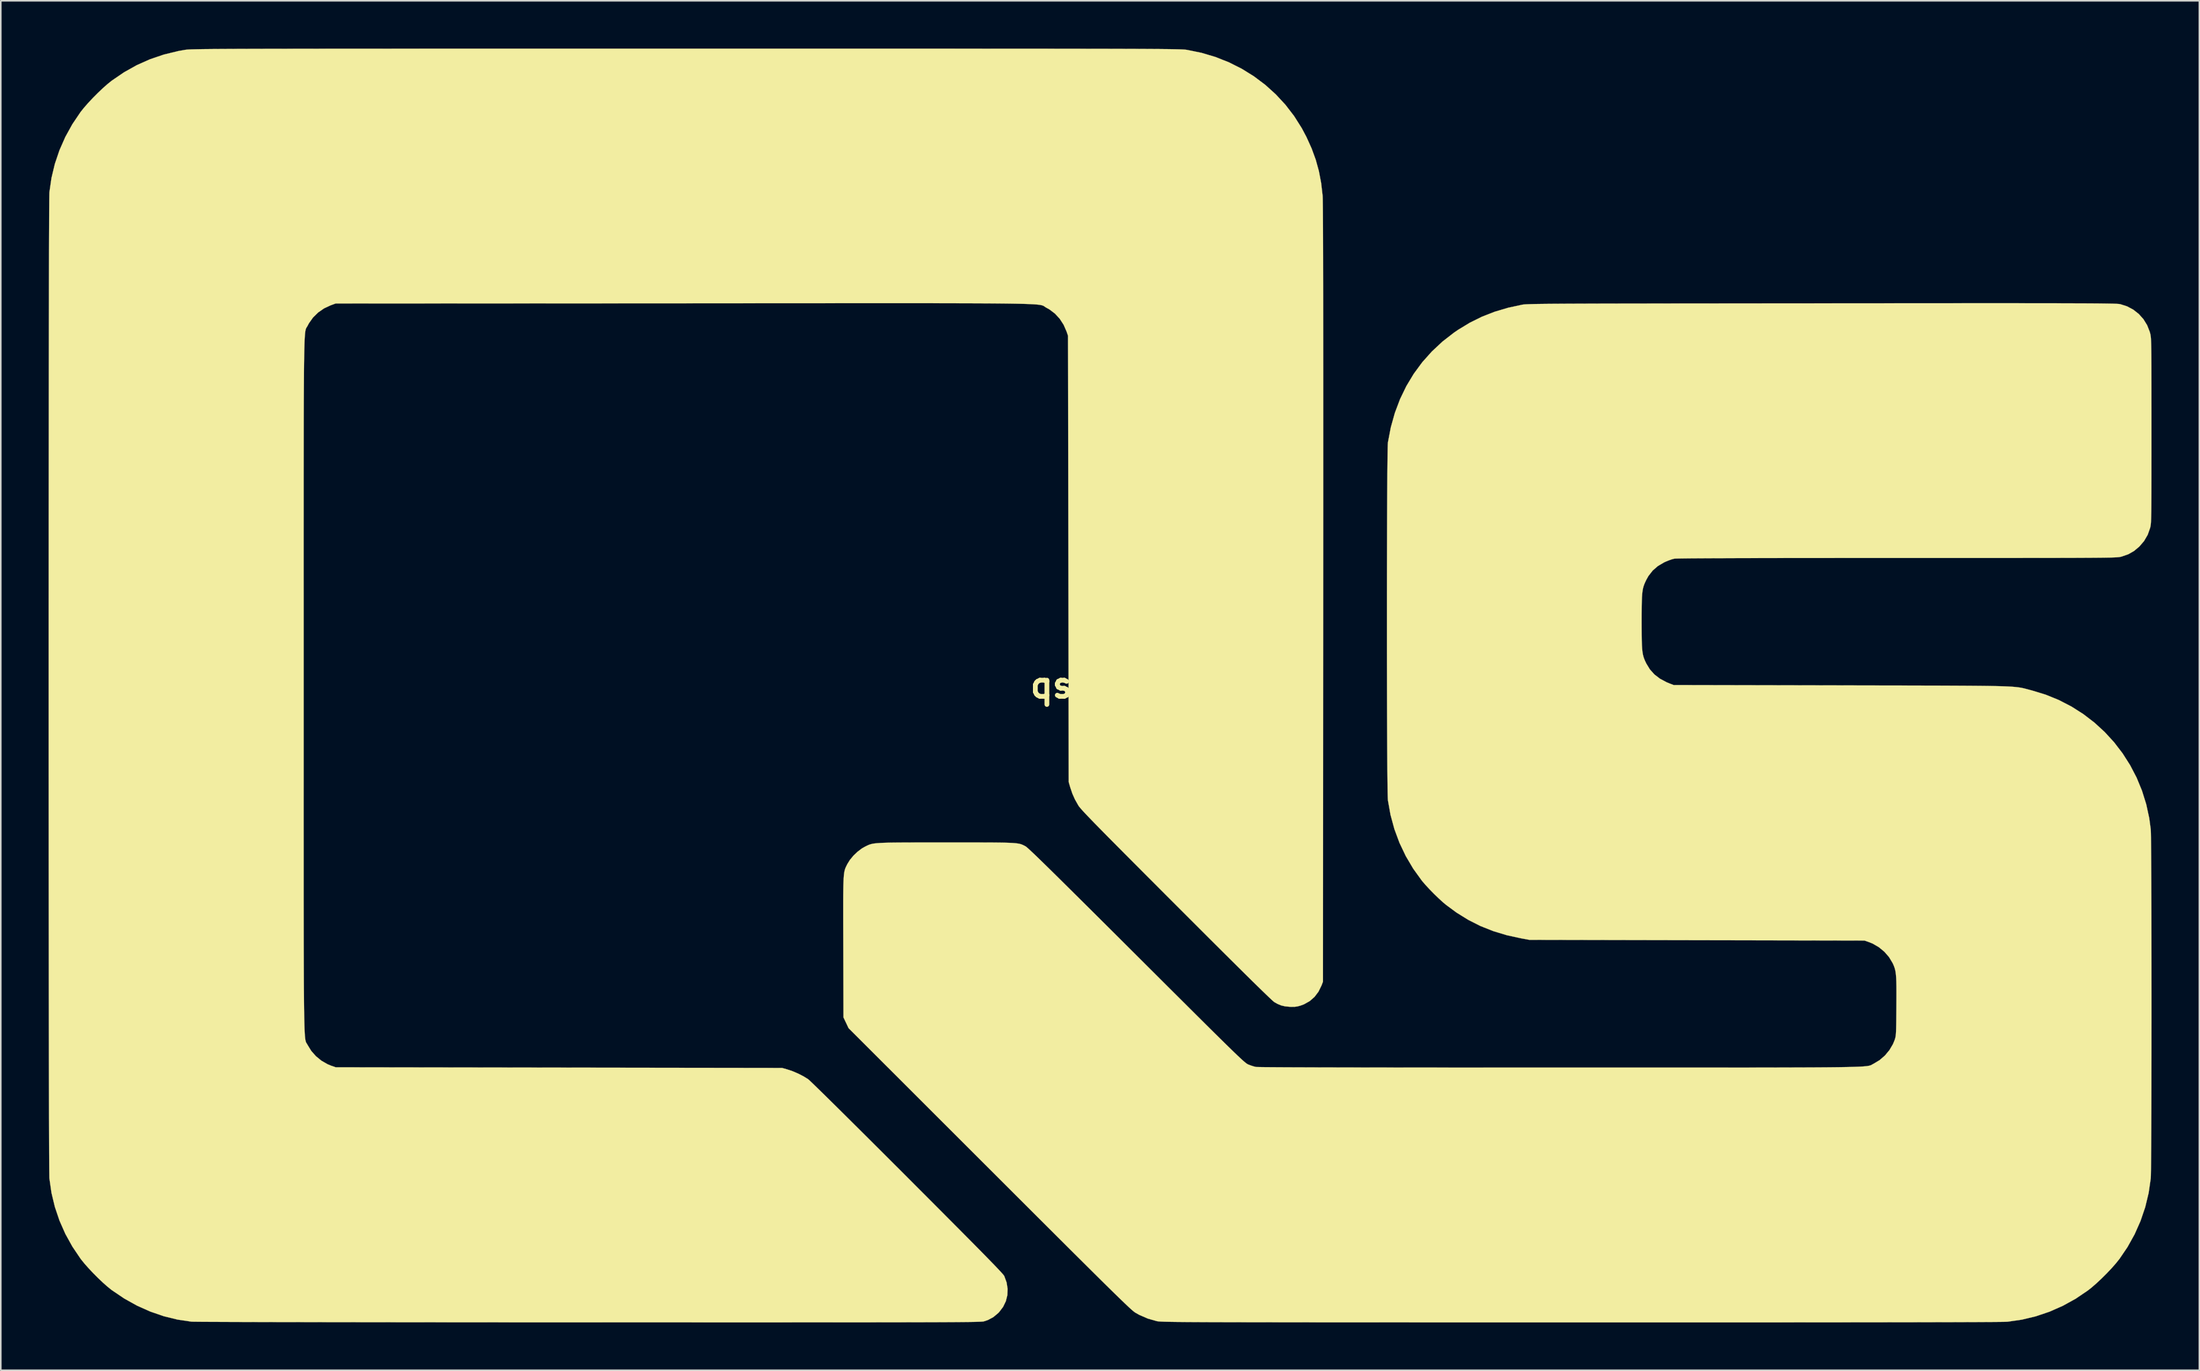
<source format=kicad_pcb>
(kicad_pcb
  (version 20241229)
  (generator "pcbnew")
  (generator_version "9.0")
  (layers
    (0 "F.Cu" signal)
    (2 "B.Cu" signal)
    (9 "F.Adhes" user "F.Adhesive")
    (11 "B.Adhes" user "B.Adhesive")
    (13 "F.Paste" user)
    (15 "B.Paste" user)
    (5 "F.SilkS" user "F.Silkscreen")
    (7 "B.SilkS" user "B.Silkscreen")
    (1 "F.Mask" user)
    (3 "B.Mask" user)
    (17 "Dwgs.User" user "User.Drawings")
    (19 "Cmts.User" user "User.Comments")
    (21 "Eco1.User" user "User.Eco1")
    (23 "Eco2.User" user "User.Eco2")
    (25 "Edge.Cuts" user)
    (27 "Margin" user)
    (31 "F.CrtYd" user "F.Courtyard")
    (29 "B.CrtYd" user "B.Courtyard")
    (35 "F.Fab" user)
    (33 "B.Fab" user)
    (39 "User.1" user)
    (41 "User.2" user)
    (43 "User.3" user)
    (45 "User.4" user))
  (footprint "qs_logo"
    (layer "F.Cu")
    (at 66.005 39.989)
    (property "Reference" "qs_logo" (at 0 0 0) (layer "F.SilkS") (effects (font (size 1.524 1.524) (thickness 0.3))))
    (attr through_hole)
    (fp_poly (pts (xy -24.05 -39.984) (xy -22.189 -39.984) (xy -20.41 -39.984) (xy -18.71 -39.984) (xy -17.087 -39.984) (xy -15.54 -39.984) (xy -14.066 -39.983) (xy -12.664 -39.983) (xy -11.333 -39.983) (xy -10.069 -39.983) (xy -8.872 -39.982) (xy -7.739 -39.982) (xy -6.669 -39.981) (xy -5.659 -39.981) (xy -4.709 -39.98) (xy -3.816 -39.98) (xy -2.978 -39.979) (xy -2.194 -39.978) (xy -1.461 -39.977) (xy -0.778 -39.976) (xy -0.144 -39.975) (xy 0.445 -39.974) (xy 0.989 -39.972) (xy 1.491 -39.971) (xy 1.952 -39.969) (xy 2.374 -39.968) (xy 2.76 -39.966) (xy 3.11 -39.964) (xy 3.427 -39.962) (xy 3.712 -39.96) (xy 3.968 -39.957) (xy 4.195 -39.955) (xy 4.397 -39.952) (xy 4.575 -39.949) (xy 4.73 -39.946) (xy 4.865 -39.943) (xy 4.981 -39.94) (xy 5.08 -39.936) (xy 5.165 -39.933) (xy 5.236 -39.929) (xy 5.296 -39.925) (xy 5.346 -39.921) (xy 5.388 -39.916) (xy 5.425 -39.911) (xy 5.458 -39.907) (xy 5.461 -39.906) (xy 6.371 -39.72) (xy 7.25 -39.458) (xy 8.092 -39.123) (xy 8.896 -38.719) (xy 9.655 -38.247) (xy 10.368 -37.712) (xy 11.028 -37.115) (xy 11.634 -36.461) (xy 12.18 -35.751) (xy 12.662 -34.988) (xy 12.953 -34.438) (xy 13.28 -33.715) (xy 13.538 -33.007) (xy 13.735 -32.293) (xy 13.876 -31.551) (xy 13.968 -30.759) (xy 13.971 -30.721) (xy 13.974 -30.643) (xy 13.978 -30.499) (xy 13.981 -30.288) (xy 13.984 -30.009) (xy 13.987 -29.662) (xy 13.989 -29.246) (xy 13.992 -28.76) (xy 13.994 -28.203) (xy 13.996 -27.575) (xy 13.998 -26.875) (xy 13.999 -26.102) (xy 14.001 -25.255) (xy 14.002 -24.334) (xy 14.003 -23.338) (xy 14.004 -22.266) (xy 14.005 -21.117) (xy 14.006 -19.891) (xy 14.006 -18.587) (xy 14.006 -17.204) (xy 14.006 -15.741) (xy 14.006 -14.198) (xy 14.006 -12.574) (xy 14.006 -10.868) (xy 14.005 -9.079) (xy 14.004 -7.207) (xy 14.003 -5.779) (xy 13.991 18.605) (xy 13.9 18.845) (xy 13.71 19.233) (xy 13.462 19.561) (xy 13.159 19.826) (xy 12.802 20.026) (xy 12.561 20.115) (xy 12.375 20.163) (xy 12.201 20.186) (xy 11.999 20.187) (xy 11.903 20.183) (xy 11.614 20.155) (xy 11.373 20.099) (xy 11.145 20.005) (xy 10.945 19.894) (xy 10.889 19.85) (xy 10.785 19.758) (xy 10.633 19.615) (xy 10.431 19.422) (xy 10.178 19.178) (xy 9.874 18.881) (xy 9.517 18.531) (xy 9.108 18.127) (xy 8.645 17.668) (xy 8.127 17.154) (xy 7.554 16.584) (xy 6.925 15.957) (xy 6.238 15.271) (xy 5.494 14.527) (xy 4.771 13.804) (xy 4.056 13.088) (xy 3.399 12.429) (xy 2.796 11.825) (xy 2.247 11.274) (xy 1.747 10.772) (xy 1.296 10.318) (xy 0.89 9.909) (xy 0.526 9.542) (xy 0.204 9.215) (xy -0.08 8.926) (xy -0.329 8.672) (xy -0.544 8.45) (xy -0.728 8.259) (xy -0.884 8.095) (xy -1.014 7.956) (xy -1.12 7.84) (xy -1.204 7.745) (xy -1.27 7.667) (xy -1.32 7.604) (xy -1.355 7.554) (xy -1.367 7.535) (xy -1.577 7.163) (xy -1.738 6.803) (xy -1.87 6.412) (xy -1.873 6.403) (xy -1.968 6.075) (xy -1.99 -7.938) (xy -2.011 -21.95) (xy -2.105 -22.225) (xy -2.289 -22.646) (xy -2.534 -23.023) (xy -2.833 -23.347) (xy -3.176 -23.607) (xy -3.35 -23.704) (xy -3.391 -23.727) (xy -3.426 -23.748) (xy -3.455 -23.768) (xy -3.481 -23.787) (xy -3.507 -23.805) (xy -3.535 -23.822) (xy -3.566 -23.838) (xy -3.603 -23.853) (xy -3.647 -23.867) (xy -3.703 -23.88) (xy -3.77 -23.893) (xy -3.852 -23.904) (xy -3.951 -23.915) (xy -4.068 -23.925) (xy -4.206 -23.934) (xy -4.368 -23.942) (xy -4.555 -23.95) (xy -4.769 -23.957) (xy -5.013 -23.963) (xy -5.289 -23.969) (xy -5.599 -23.974) (xy -5.945 -23.979) (xy -6.329 -23.983) (xy -6.754 -23.987) (xy -7.221 -23.99) (xy -7.733 -23.992) (xy -8.292 -23.995) (xy -8.9 -23.996) (xy -9.559 -23.998) (xy -10.272 -23.999) (xy -11.04 -24) (xy -11.866 -24) (xy -12.752 -24) (xy -13.7 -24) (xy -14.712 -24) (xy -15.79 -24) (xy -16.937 -23.999) (xy -18.155 -23.998) (xy -19.446 -23.998) (xy -20.812 -23.997) (xy -22.255 -23.996) (xy -23.777 -23.995) (xy -25.381 -23.994) (xy -26.141 -23.993) (xy -47.985 -23.982) (xy -48.301 -23.866) (xy -48.714 -23.674) (xy -49.085 -23.416) (xy -49.405 -23.102) (xy -49.661 -22.742) (xy -49.738 -22.598) (xy -49.757 -22.562) (xy -49.775 -22.532) (xy -49.792 -22.505) (xy -49.808 -22.48) (xy -49.824 -22.454) (xy -49.838 -22.426) (xy -49.852 -22.392) (xy -49.865 -22.351) (xy -49.877 -22.301) (xy -49.888 -22.24) (xy -49.898 -22.164) (xy -49.908 -22.073) (xy -49.917 -21.964) (xy -49.926 -21.834) (xy -49.934 -21.683) (xy -49.941 -21.506) (xy -49.947 -21.303) (xy -49.954 -21.071) (xy -49.959 -20.809) (xy -49.964 -20.512) (xy -49.969 -20.181) (xy -49.973 -19.812) (xy -49.976 -19.403) (xy -49.979 -18.952) (xy -49.982 -18.458) (xy -49.985 -17.917) (xy -49.987 -17.328) (xy -49.989 -16.688) (xy -49.99 -15.995) (xy -49.991 -15.248) (xy -49.992 -14.443) (xy -49.993 -13.58) (xy -49.994 -12.654) (xy -49.994 -11.666) (xy -49.994 -10.611) (xy -49.995 -9.489) (xy -49.995 -8.297) (xy -49.995 -7.032) (xy -49.994 -5.693) (xy -49.994 -4.277) (xy -49.994 -2.783) (xy -49.994 -1.208) (xy -49.994 0) (xy -49.994 1.636) (xy -49.994 3.189) (xy -49.994 4.662) (xy -49.994 6.057) (xy -49.995 7.376) (xy -49.995 8.621) (xy -49.994 9.794) (xy -49.994 10.898) (xy -49.994 11.934) (xy -49.994 12.906) (xy -49.993 13.814) (xy -49.992 14.662) (xy -49.991 15.451) (xy -49.99 16.183) (xy -49.988 16.861) (xy -49.986 17.487) (xy -49.984 18.063) (xy -49.982 18.591) (xy -49.979 19.074) (xy -49.975 19.513) (xy -49.972 19.911) (xy -49.968 20.269) (xy -49.963 20.591) (xy -49.958 20.878) (xy -49.952 21.132) (xy -49.946 21.356) (xy -49.94 21.551) (xy -49.932 21.72) (xy -49.925 21.866) (xy -49.916 21.989) (xy -49.907 22.093) (xy -49.897 22.18) (xy -49.887 22.251) (xy -49.875 22.309) (xy -49.863 22.356) (xy -49.851 22.394) (xy -49.837 22.426) (xy -49.823 22.453) (xy -49.807 22.478) (xy -49.791 22.503) (xy -49.774 22.53) (xy -49.756 22.561) (xy -49.744 22.585) (xy -49.517 22.954) (xy -49.223 23.287) (xy -48.878 23.57) (xy -48.495 23.79) (xy -48.281 23.878) (xy -47.985 23.982) (xy -33.972 24.003) (xy -19.96 24.024) (xy -19.631 24.118) (xy -19.296 24.231) (xy -18.947 24.381) (xy -18.616 24.551) (xy -18.334 24.726) (xy -18.316 24.74) (xy -18.26 24.788) (xy -18.148 24.894) (xy -17.982 25.053) (xy -17.765 25.264) (xy -17.5 25.523) (xy -17.19 25.827) (xy -16.839 26.173) (xy -16.449 26.558) (xy -16.023 26.98) (xy -15.565 27.435) (xy -15.076 27.921) (xy -14.561 28.433) (xy -14.022 28.971) (xy -13.463 29.529) (xy -12.885 30.107) (xy -12.292 30.699) (xy -12.081 30.911) (xy -11.349 31.645) (xy -10.674 32.321) (xy -10.055 32.942) (xy -9.49 33.51) (xy -8.976 34.026) (xy -8.512 34.494) (xy -8.095 34.915) (xy -7.723 35.291) (xy -7.394 35.625) (xy -7.107 35.918) (xy -6.858 36.174) (xy -6.645 36.393) (xy -6.468 36.579) (xy -6.323 36.733) (xy -6.208 36.857) (xy -6.121 36.954) (xy -6.061 37.026) (xy -6.025 37.075) (xy -6.013 37.095) (xy -5.868 37.495) (xy -5.805 37.896) (xy -5.821 38.291) (xy -5.915 38.67) (xy -6.087 39.027) (xy -6.335 39.353) (xy -6.392 39.413) (xy -6.7 39.67) (xy -7.039 39.852) (xy -7.304 39.94) (xy -7.328 39.945) (xy -7.364 39.949) (xy -7.415 39.953) (xy -7.483 39.957) (xy -7.569 39.961) (xy -7.676 39.964) (xy -7.805 39.968) (xy -7.96 39.971) (xy -8.14 39.974) (xy -8.35 39.977) (xy -8.59 39.979) (xy -8.863 39.982) (xy -9.17 39.984) (xy -9.514 39.986) (xy -9.897 39.988) (xy -10.321 39.99) (xy -10.787 39.991) (xy -11.298 39.993) (xy -11.855 39.994) (xy -12.461 39.995) (xy -13.118 39.996) (xy -13.828 39.997) (xy -14.592 39.998) (xy -15.413 39.999) (xy -16.292 39.999) (xy -17.233 40) (xy -18.236 40) (xy -19.303 40) (xy -20.438 40.001) (xy -21.641 40.001) (xy -22.914 40.001) (xy -24.261 40.001) (xy -25.682 40) (xy -27.18 40) (xy -28.756 40) (xy -30.414 40) (xy -32.108 39.999) (xy -33.691 39.999) (xy -35.24 39.998) (xy -36.752 39.998) (xy -38.226 39.997) (xy -39.659 39.996) (xy -41.05 39.995) (xy -42.397 39.994) (xy -43.697 39.993) (xy -44.95 39.991) (xy -46.152 39.99) (xy -47.302 39.988) (xy -48.398 39.987) (xy -49.438 39.985) (xy -50.421 39.983) (xy -51.343 39.982) (xy -52.204 39.98) (xy -53.001 39.978) (xy -53.733 39.976) (xy -54.397 39.974) (xy -54.992 39.971) (xy -55.515 39.969) (xy -55.965 39.967) (xy -56.34 39.965) (xy -56.637 39.962) (xy -56.856 39.96) (xy -56.993 39.957) (xy -57.044 39.955) (xy -57.916 39.825) (xy -58.779 39.613) (xy -59.626 39.32) (xy -60.454 38.95) (xy -61.255 38.504) (xy -62.024 37.984) (xy -62.061 37.957) (xy -62.312 37.755) (xy -62.598 37.502) (xy -62.901 37.214) (xy -63.207 36.906) (xy -63.499 36.596) (xy -63.76 36.3) (xy -63.974 36.035) (xy -63.996 36.006) (xy -64.51 35.244) (xy -64.953 34.444) (xy -65.321 33.61) (xy -65.611 32.749) (xy -65.823 31.868) (xy -65.952 30.973) (xy -65.953 30.97) (xy -65.956 30.898) (xy -65.958 30.744) (xy -65.961 30.511) (xy -65.964 30.201) (xy -65.966 29.816) (xy -65.969 29.36) (xy -65.971 28.835) (xy -65.973 28.243) (xy -65.975 27.587) (xy -65.977 26.87) (xy -65.979 26.095) (xy -65.981 25.263) (xy -65.983 24.378) (xy -65.985 23.441) (xy -65.986 22.457) (xy -65.988 21.427) (xy -65.989 20.353) (xy -65.991 19.24) (xy -65.992 18.088) (xy -65.993 16.901) (xy -65.994 15.681) (xy -65.995 14.431) (xy -65.996 13.154) (xy -65.997 11.851) (xy -65.998 10.527) (xy -65.998 9.182) (xy -65.999 7.821) (xy -65.999 6.445) (xy -66 5.056) (xy -66 3.659) (xy -66 2.255) (xy -66 0.846) (xy -66 -0.563) (xy -66 -1.972) (xy -66 -3.377) (xy -66 -4.776) (xy -65.999 -6.167) (xy -65.999 -7.545) (xy -65.998 -8.91) (xy -65.998 -10.258) (xy -65.997 -11.587) (xy -65.996 -12.894) (xy -65.995 -14.177) (xy -65.994 -15.432) (xy -65.993 -16.658) (xy -65.992 -17.852) (xy -65.991 -19.011) (xy -65.99 -20.133) (xy -65.988 -21.215) (xy -65.987 -22.254) (xy -65.985 -23.247) (xy -65.983 -24.194) (xy -65.982 -25.089) (xy -65.98 -25.932) (xy -65.978 -26.719) (xy -65.976 -27.448) (xy -65.974 -28.116) (xy -65.971 -28.721) (xy -65.969 -29.26) (xy -65.967 -29.73) (xy -65.964 -30.129) (xy -65.962 -30.455) (xy -65.959 -30.704) (xy -65.956 -30.874) (xy -65.953 -30.962) (xy -65.953 -30.97) (xy -65.823 -31.866) (xy -65.612 -32.747) (xy -65.321 -33.608) (xy -64.954 -34.441) (xy -64.512 -35.242) (xy -63.998 -36.004) (xy -63.996 -36.006) (xy -63.783 -36.273) (xy -63.521 -36.572) (xy -63.226 -36.887) (xy -62.915 -37.2) (xy -62.604 -37.496) (xy -62.309 -37.757) (xy -62.049 -37.967) (xy -62.047 -37.968) (xy -61.273 -38.497) (xy -60.47 -38.947) (xy -59.635 -39.319) (xy -58.765 -39.614) (xy -57.858 -39.834) (xy -57.445 -39.907) (xy -57.412 -39.912) (xy -57.375 -39.916) (xy -57.332 -39.921) (xy -57.282 -39.925) (xy -57.221 -39.929) (xy -57.149 -39.933) (xy -57.063 -39.937) (xy -56.963 -39.94) (xy -56.845 -39.943) (xy -56.708 -39.946) (xy -56.551 -39.949) (xy -56.371 -39.952) (xy -56.166 -39.955) (xy -55.936 -39.957) (xy -55.677 -39.96) (xy -55.389 -39.962) (xy -55.068 -39.964) (xy -54.715 -39.966) (xy -54.326 -39.968) (xy -53.899 -39.969) (xy -53.434 -39.971) (xy -52.927 -39.972) (xy -52.378 -39.974) (xy -51.785 -39.975) (xy -51.145 -39.976) (xy -50.457 -39.977) (xy -49.718 -39.978) (xy -48.928 -39.979) (xy -48.085 -39.98) (xy -47.185 -39.98) (xy -46.229 -39.981) (xy -45.213 -39.981) (xy -44.136 -39.982) (xy -42.996 -39.982) (xy -41.791 -39.983) (xy -40.52 -39.983) (xy -39.181 -39.983) (xy -37.771 -39.983) (xy -36.29 -39.984) (xy -34.734 -39.984) (xy -33.103 -39.984) (xy -31.394 -39.984) (xy -29.606 -39.984) (xy -27.737 -39.984) (xy -25.993 -39.984) (xy -24.05 -39.984)) (stroke (width 0.01) (type solid)) (fill yes) (layer "F.SilkS"))
    (fp_poly (pts (xy 56.86 -23.997) (xy 57.639 -23.997) (xy 58.359 -23.996) (xy 59.022 -23.996) (xy 59.632 -23.995) (xy 60.189 -23.994) (xy 60.698 -23.993) (xy 61.159 -23.991) (xy 61.575 -23.99) (xy 61.949 -23.988) (xy 62.283 -23.986) (xy 62.579 -23.984) (xy 62.84 -23.981) (xy 63.068 -23.978) (xy 63.265 -23.975) (xy 63.434 -23.972) (xy 63.577 -23.969) (xy 63.697 -23.965) (xy 63.795 -23.961) (xy 63.874 -23.956) (xy 63.936 -23.952) (xy 63.985 -23.947) (xy 64.021 -23.941) (xy 64.04 -23.938) (xy 64.466 -23.802) (xy 64.856 -23.594) (xy 65.202 -23.322) (xy 65.495 -22.994) (xy 65.727 -22.617) (xy 65.891 -22.199) (xy 65.913 -22.119) (xy 65.925 -22.07) (xy 65.936 -22.02) (xy 65.945 -21.964) (xy 65.954 -21.897) (xy 65.962 -21.815) (xy 65.968 -21.713) (xy 65.974 -21.588) (xy 65.979 -21.434) (xy 65.983 -21.248) (xy 65.987 -21.024) (xy 65.99 -20.759) (xy 65.992 -20.448) (xy 65.994 -20.086) (xy 65.995 -19.67) (xy 65.996 -19.194) (xy 65.997 -18.654) (xy 65.997 -18.047) (xy 65.998 -17.367) (xy 65.998 -16.609) (xy 65.998 -16.002) (xy 65.998 -15.185) (xy 65.998 -14.449) (xy 65.997 -13.789) (xy 65.997 -13.2) (xy 65.996 -12.678) (xy 65.995 -12.218) (xy 65.993 -11.816) (xy 65.991 -11.469) (xy 65.989 -11.17) (xy 65.986 -10.916) (xy 65.982 -10.703) (xy 65.978 -10.526) (xy 65.973 -10.38) (xy 65.967 -10.262) (xy 65.96 -10.166) (xy 65.952 -10.088) (xy 65.943 -10.024) (xy 65.933 -9.97) (xy 65.922 -9.921) (xy 65.913 -9.885) (xy 65.761 -9.455) (xy 65.533 -9.064) (xy 65.239 -8.721) (xy 64.906 -8.441) (xy 64.542 -8.234) (xy 64.129 -8.09) (xy 64.11 -8.085) (xy 64.078 -8.077) (xy 64.045 -8.07) (xy 64.006 -8.063) (xy 63.961 -8.056) (xy 63.904 -8.051) (xy 63.835 -8.045) (xy 63.75 -8.04) (xy 63.646 -8.035) (xy 63.521 -8.031) (xy 63.371 -8.027) (xy 63.195 -8.024) (xy 62.988 -8.02) (xy 62.749 -8.018) (xy 62.475 -8.015) (xy 62.163 -8.013) (xy 61.809 -8.011) (xy 61.412 -8.009) (xy 60.969 -8.007) (xy 60.476 -8.006) (xy 59.932 -8.005) (xy 59.332 -8.004) (xy 58.675 -8.003) (xy 57.958 -8.003) (xy 57.178 -8.002) (xy 56.331 -8.002) (xy 55.416 -8.001) (xy 54.43 -8.001) (xy 53.369 -8.001) (xy 52.232 -8.001) (xy 51.014 -8.001) (xy 50.039 -8.001) (xy 48.596 -8.001) (xy 47.237 -8.001) (xy 45.961 -8) (xy 44.766 -7.999) (xy 43.653 -7.998) (xy 42.619 -7.997) (xy 41.665 -7.995) (xy 40.789 -7.994) (xy 39.99 -7.992) (xy 39.268 -7.989) (xy 38.621 -7.987) (xy 38.049 -7.984) (xy 37.55 -7.981) (xy 37.124 -7.978) (xy 36.77 -7.974) (xy 36.486 -7.97) (xy 36.273 -7.966) (xy 36.128 -7.962) (xy 36.052 -7.957) (xy 36.044 -7.956) (xy 35.892 -7.917) (xy 35.698 -7.849) (xy 35.494 -7.765) (xy 35.404 -7.724) (xy 35.013 -7.493) (xy 34.687 -7.209) (xy 34.421 -6.867) (xy 34.288 -6.629) (xy 34.22 -6.487) (xy 34.164 -6.356) (xy 34.117 -6.225) (xy 34.08 -6.087) (xy 34.052 -5.93) (xy 34.03 -5.747) (xy 34.015 -5.528) (xy 34.005 -5.263) (xy 33.999 -4.943) (xy 33.996 -4.559) (xy 33.995 -4.102) (xy 33.995 -4) (xy 33.996 -3.527) (xy 33.998 -3.129) (xy 34.003 -2.797) (xy 34.013 -2.522) (xy 34.027 -2.295) (xy 34.047 -2.105) (xy 34.074 -1.944) (xy 34.109 -1.802) (xy 34.153 -1.671) (xy 34.208 -1.54) (xy 34.274 -1.401) (xy 34.288 -1.372) (xy 34.512 -1.004) (xy 34.796 -0.687) (xy 35.144 -0.419) (xy 35.562 -0.196) (xy 35.76 -0.115) (xy 36.005 -0.021) (xy 46.524 0.001) (xy 47.654 0.004) (xy 48.702 0.006) (xy 49.672 0.008) (xy 50.567 0.009) (xy 51.391 0.011) (xy 52.147 0.013) (xy 52.838 0.015) (xy 53.467 0.018) (xy 54.039 0.021) (xy 54.555 0.024) (xy 55.021 0.028) (xy 55.438 0.032) (xy 55.81 0.037) (xy 56.14 0.043) (xy 56.433 0.05) (xy 56.69 0.057) (xy 56.916 0.066) (xy 57.113 0.076) (xy 57.286 0.087) (xy 57.437 0.1) (xy 57.569 0.114) (xy 57.687 0.129) (xy 57.793 0.146) (xy 57.89 0.165) (xy 57.983 0.185) (xy 58.073 0.208) (xy 58.165 0.232) (xy 58.263 0.258) (xy 58.368 0.287) (xy 58.485 0.317) (xy 58.49 0.318) (xy 59.356 0.583) (xy 60.186 0.921) (xy 60.975 1.329) (xy 61.719 1.802) (xy 62.416 2.337) (xy 63.062 2.929) (xy 63.653 3.574) (xy 64.186 4.269) (xy 64.657 5.009) (xy 65.064 5.79) (xy 65.402 6.609) (xy 65.668 7.46) (xy 65.859 8.341) (xy 65.952 9.035) (xy 65.957 9.128) (xy 65.962 9.301) (xy 65.966 9.55) (xy 65.97 9.871) (xy 65.974 10.257) (xy 65.978 10.706) (xy 65.981 11.213) (xy 65.984 11.773) (xy 65.987 12.382) (xy 65.989 13.034) (xy 65.992 13.727) (xy 65.994 14.454) (xy 65.995 15.213) (xy 65.997 15.997) (xy 65.998 16.803) (xy 65.999 17.626) (xy 65.999 18.463) (xy 66 19.307) (xy 66 20.155) (xy 66 21.002) (xy 65.999 21.844) (xy 65.999 22.675) (xy 65.998 23.493) (xy 65.996 24.292) (xy 65.995 25.068) (xy 65.993 25.815) (xy 65.991 26.531) (xy 65.988 27.21) (xy 65.986 27.847) (xy 65.983 28.439) (xy 65.98 28.98) (xy 65.976 29.466) (xy 65.973 29.894) (xy 65.969 30.257) (xy 65.964 30.552) (xy 65.96 30.775) (xy 65.955 30.92) (xy 65.952 30.97) (xy 65.82 31.877) (xy 65.606 32.766) (xy 65.312 33.632) (xy 64.941 34.468) (xy 64.494 35.272) (xy 63.996 36.006) (xy 63.766 36.294) (xy 63.485 36.613) (xy 63.169 36.946) (xy 62.837 37.275) (xy 62.507 37.582) (xy 62.195 37.85) (xy 61.998 38.003) (xy 61.237 38.518) (xy 60.436 38.96) (xy 59.603 39.328) (xy 58.742 39.619) (xy 57.861 39.83) (xy 56.965 39.96) (xy 56.963 39.96) (xy 56.894 39.963) (xy 56.758 39.967) (xy 56.556 39.97) (xy 56.285 39.973) (xy 55.947 39.976) (xy 55.538 39.978) (xy 55.06 39.981) (xy 54.512 39.983) (xy 53.892 39.985) (xy 53.199 39.988) (xy 52.434 39.989) (xy 51.596 39.991) (xy 50.683 39.993) (xy 49.696 39.994) (xy 48.633 39.996) (xy 47.493 39.997) (xy 46.276 39.998) (xy 44.982 39.999) (xy 43.609 40) (xy 42.157 40.001) (xy 40.626 40.001) (xy 39.013 40.002) (xy 37.32 40.002) (xy 35.544 40.002) (xy 33.685 40.002) (xy 31.744 40.002) (xy 30.208 40.002) (xy 28.42 40.002) (xy 26.715 40.002) (xy 25.091 40.001) (xy 23.545 40.001) (xy 22.076 40.001) (xy 20.682 40.001) (xy 19.361 40) (xy 18.11 40) (xy 16.928 39.999) (xy 15.813 39.999) (xy 14.763 39.998) (xy 13.776 39.998) (xy 12.849 39.997) (xy 11.982 39.996) (xy 11.171 39.995) (xy 10.415 39.994) (xy 9.712 39.993) (xy 9.061 39.992) (xy 8.458 39.991) (xy 7.902 39.99) (xy 7.391 39.988) (xy 6.923 39.987) (xy 6.496 39.985) (xy 6.108 39.983) (xy 5.757 39.981) (xy 5.441 39.979) (xy 5.158 39.976) (xy 4.906 39.974) (xy 4.684 39.971) (xy 4.489 39.968) (xy 4.318 39.965) (xy 4.171 39.962) (xy 4.045 39.959) (xy 3.939 39.955) (xy 3.849 39.951) (xy 3.775 39.947) (xy 3.714 39.943) (xy 3.664 39.939) (xy 3.624 39.934) (xy 3.591 39.929) (xy 3.563 39.924) (xy 3.556 39.923) (xy 2.993 39.762) (xy 2.458 39.529) (xy 2.213 39.39) (xy 2.175 39.365) (xy 2.128 39.33) (xy 2.069 39.282) (xy 1.996 39.219) (xy 1.908 39.141) (xy 1.802 39.044) (xy 1.677 38.926) (xy 1.53 38.786) (xy 1.359 38.622) (xy 1.162 38.431) (xy 0.937 38.212) (xy 0.683 37.963) (xy 0.396 37.681) (xy 0.076 37.365) (xy -0.28 37.012) (xy -0.674 36.621) (xy -1.108 36.189) (xy -1.585 35.716) (xy -2.105 35.198) (xy -2.671 34.633) (xy -3.285 34.02) (xy -3.95 33.357) (xy -4.666 32.641) (xy -5.437 31.871) (xy -6.264 31.045) (xy -6.951 30.358) (xy -15.787 21.526) (xy -15.947 21.188) (xy -16.108 20.849) (xy -16.119 16.429) (xy -16.121 15.701) (xy -16.123 15.053) (xy -16.124 14.479) (xy -16.124 13.974) (xy -16.124 13.534) (xy -16.122 13.152) (xy -16.118 12.824) (xy -16.113 12.545) (xy -16.105 12.31) (xy -16.096 12.113) (xy -16.084 11.949) (xy -16.069 11.813) (xy -16.051 11.701) (xy -16.029 11.606) (xy -16.005 11.524) (xy -15.976 11.449) (xy -15.943 11.377) (xy -15.906 11.303) (xy -15.865 11.22) (xy -15.864 11.218) (xy -15.702 10.957) (xy -15.482 10.693) (xy -15.226 10.448) (xy -14.958 10.244) (xy -14.785 10.144) (xy -14.698 10.1) (xy -14.62 10.061) (xy -14.544 10.026) (xy -14.466 9.996) (xy -14.38 9.97) (xy -14.281 9.947) (xy -14.165 9.928) (xy -14.025 9.913) (xy -13.856 9.9) (xy -13.654 9.889) (xy -13.412 9.881) (xy -13.127 9.875) (xy -12.792 9.871) (xy -12.402 9.868) (xy -11.952 9.866) (xy -11.437 9.865) (xy -10.851 9.864) (xy -10.19 9.864) (xy -9.671 9.864) (xy -8.955 9.864) (xy -8.319 9.864) (xy -7.757 9.865) (xy -7.263 9.866) (xy -6.834 9.867) (xy -6.464 9.871) (xy -6.147 9.875) (xy -5.879 9.881) (xy -5.653 9.889) (xy -5.466 9.899) (xy -5.312 9.912) (xy -5.185 9.927) (xy -5.081 9.945) (xy -4.994 9.966) (xy -4.92 9.991) (xy -4.852 10.019) (xy -4.786 10.051) (xy -4.717 10.087) (xy -4.681 10.106) (xy -4.642 10.133) (xy -4.577 10.187) (xy -4.483 10.27) (xy -4.359 10.385) (xy -4.203 10.532) (xy -4.012 10.714) (xy -3.786 10.933) (xy -3.523 11.189) (xy -3.219 11.486) (xy -2.875 11.825) (xy -2.487 12.208) (xy -2.054 12.637) (xy -1.574 13.113) (xy -1.045 13.638) (xy -0.465 14.214) (xy 0.167 14.843) (xy 0.854 15.527) (xy 1.597 16.268) (xy 2.286 16.956) (xy 3.038 17.706) (xy 3.733 18.399) (xy 4.372 19.037) (xy 4.959 19.621) (xy 5.496 20.156) (xy 5.984 20.642) (xy 6.427 21.082) (xy 6.826 21.479) (xy 7.185 21.834) (xy 7.506 22.151) (xy 7.79 22.431) (xy 8.041 22.676) (xy 8.26 22.89) (xy 8.451 23.074) (xy 8.614 23.231) (xy 8.754 23.363) (xy 8.872 23.473) (xy 8.971 23.562) (xy 9.053 23.633) (xy 9.12 23.689) (xy 9.175 23.731) (xy 9.22 23.763) (xy 9.257 23.785) (xy 9.289 23.802) (xy 9.298 23.806) (xy 9.476 23.874) (xy 9.664 23.933) (xy 9.78 23.961) (xy 9.843 23.965) (xy 9.99 23.968) (xy 10.22 23.972) (xy 10.535 23.975) (xy 10.932 23.978) (xy 11.412 23.981) (xy 11.974 23.984) (xy 12.617 23.986) (xy 13.343 23.989) (xy 14.149 23.991) (xy 15.035 23.993) (xy 16.002 23.995) (xy 17.048 23.996) (xy 18.174 23.998) (xy 19.379 23.999) (xy 20.662 24) (xy 22.023 24.001) (xy 23.461 24.001) (xy 24.977 24.002) (xy 26.57 24.002) (xy 28.239 24.002) (xy 28.867 24.002) (xy 30.388 24.002) (xy 31.827 24.002) (xy 33.186 24.002) (xy 34.468 24.002) (xy 35.674 24.002) (xy 36.807 24.002) (xy 37.87 24.002) (xy 38.864 24.002) (xy 39.792 24.001) (xy 40.657 24.001) (xy 41.46 24) (xy 42.204 23.999) (xy 42.892 23.997) (xy 43.525 23.995) (xy 44.106 23.993) (xy 44.638 23.991) (xy 45.123 23.988) (xy 45.562 23.985) (xy 45.959 23.981) (xy 46.316 23.977) (xy 46.634 23.972) (xy 46.917 23.967) (xy 47.167 23.961) (xy 47.386 23.955) (xy 47.576 23.948) (xy 47.74 23.94) (xy 47.88 23.932) (xy 47.998 23.922) (xy 48.097 23.913) (xy 48.179 23.902) (xy 48.247 23.89) (xy 48.302 23.878) (xy 48.347 23.865) (xy 48.385 23.851) (xy 48.418 23.836) (xy 48.447 23.82) (xy 48.476 23.803) (xy 48.507 23.785) (xy 48.542 23.766) (xy 48.567 23.754) (xy 48.934 23.533) (xy 49.267 23.244) (xy 49.55 22.903) (xy 49.773 22.524) (xy 49.87 22.288) (xy 49.895 22.216) (xy 49.915 22.147) (xy 49.932 22.075) (xy 49.945 21.989) (xy 49.956 21.882) (xy 49.964 21.745) (xy 49.97 21.569) (xy 49.975 21.346) (xy 49.979 21.067) (xy 49.982 20.724) (xy 49.986 20.307) (xy 49.987 20.149) (xy 49.99 19.657) (xy 49.991 19.241) (xy 49.989 18.893) (xy 49.983 18.603) (xy 49.973 18.363) (xy 49.957 18.165) (xy 49.936 17.999) (xy 49.908 17.858) (xy 49.872 17.732) (xy 49.828 17.612) (xy 49.775 17.491) (xy 49.746 17.431) (xy 49.525 17.063) (xy 49.237 16.731) (xy 48.895 16.447) (xy 48.515 16.224) (xy 48.281 16.127) (xy 47.985 16.023) (xy 37.465 16.001) (xy 26.945 15.979) (xy 26.435 15.886) (xy 25.53 15.688) (xy 24.681 15.431) (xy 23.878 15.112) (xy 23.114 14.726) (xy 22.379 14.27) (xy 21.737 13.798) (xy 21.504 13.603) (xy 21.239 13.36) (xy 20.959 13.089) (xy 20.685 12.809) (xy 20.434 12.538) (xy 20.227 12.297) (xy 20.193 12.255) (xy 19.657 11.511) (xy 19.19 10.72) (xy 18.795 9.89) (xy 18.475 9.026) (xy 18.232 8.133) (xy 18.069 7.218) (xy 18.069 7.218) (xy 18.063 7.127) (xy 18.057 6.956) (xy 18.051 6.71) (xy 18.046 6.393) (xy 18.041 6.009) (xy 18.036 5.562) (xy 18.032 5.058) (xy 18.028 4.5) (xy 18.024 3.893) (xy 18.021 3.241) (xy 18.018 2.549) (xy 18.015 1.821) (xy 18.013 1.062) (xy 18.011 0.276) (xy 18.01 -0.533) (xy 18.008 -1.36) (xy 18.007 -2.201) (xy 18.007 -3.052) (xy 18.007 -3.907) (xy 18.007 -4.763) (xy 18.007 -5.615) (xy 18.008 -6.459) (xy 18.009 -7.29) (xy 18.011 -8.105) (xy 18.013 -8.897) (xy 18.015 -9.664) (xy 18.017 -10.401) (xy 18.02 -11.103) (xy 18.023 -11.765) (xy 18.027 -12.384) (xy 18.031 -12.956) (xy 18.035 -13.475) (xy 18.04 -13.937) (xy 18.045 -14.338) (xy 18.05 -14.673) (xy 18.055 -14.939) (xy 18.061 -15.13) (xy 18.068 -15.242) (xy 18.07 -15.261) (xy 18.251 -16.208) (xy 18.505 -17.114) (xy 18.831 -17.978) (xy 19.227 -18.797) (xy 19.692 -19.569) (xy 20.225 -20.293) (xy 20.826 -20.966) (xy 21.491 -21.588) (xy 22.222 -22.155) (xy 22.479 -22.331) (xy 23.211 -22.775) (xy 23.971 -23.151) (xy 24.77 -23.463) (xy 25.616 -23.714) (xy 26.508 -23.906) (xy 26.544 -23.912) (xy 26.588 -23.917) (xy 26.643 -23.922) (xy 26.711 -23.927) (xy 26.795 -23.932) (xy 26.896 -23.936) (xy 27.017 -23.94) (xy 27.16 -23.944) (xy 27.329 -23.948) (xy 27.524 -23.951) (xy 27.749 -23.954) (xy 28.006 -23.957) (xy 28.297 -23.96) (xy 28.625 -23.962) (xy 28.992 -23.965) (xy 29.401 -23.967) (xy 29.853 -23.969) (xy 30.352 -23.971) (xy 30.899 -23.973) (xy 31.496 -23.975) (xy 32.148 -23.976) (xy 32.854 -23.978) (xy 33.619 -23.979) (xy 34.445 -23.98) (xy 35.333 -23.982) (xy 36.286 -23.983) (xy 37.307 -23.984) (xy 38.397 -23.985) (xy 39.56 -23.986) (xy 40.798 -23.987) (xy 42.113 -23.989) (xy 43.507 -23.99) (xy 44.982 -23.991) (xy 45.318 -23.991) (xy 46.814 -23.992) (xy 48.228 -23.993) (xy 49.563 -23.994) (xy 50.819 -23.995) (xy 52 -23.996) (xy 53.109 -23.996) (xy 54.146 -23.997) (xy 55.116 -23.997) (xy 56.02 -23.997) (xy 56.86 -23.997)) (stroke (width 0.01) (type solid)) (fill yes) (layer "F.SilkS")))
  (gr_rect
    (start -3 -3)
    (end 135.01 82.996)
    (stroke (width 0.1) (type default))
    (fill no)
    (layer "Edge.Cuts")))
</source>
